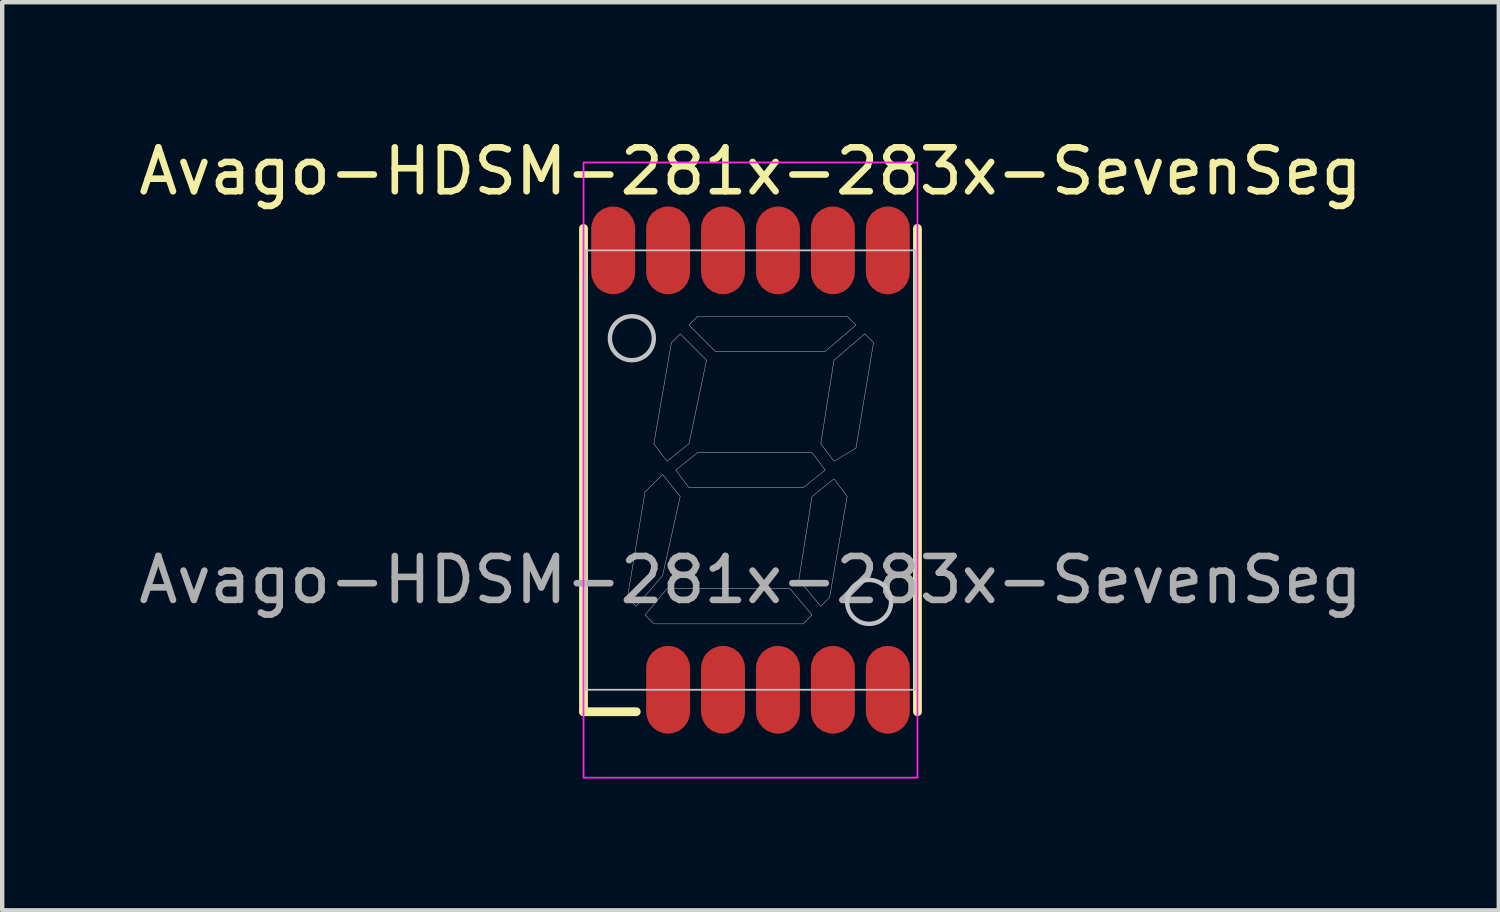
<source format=kicad_pcb>
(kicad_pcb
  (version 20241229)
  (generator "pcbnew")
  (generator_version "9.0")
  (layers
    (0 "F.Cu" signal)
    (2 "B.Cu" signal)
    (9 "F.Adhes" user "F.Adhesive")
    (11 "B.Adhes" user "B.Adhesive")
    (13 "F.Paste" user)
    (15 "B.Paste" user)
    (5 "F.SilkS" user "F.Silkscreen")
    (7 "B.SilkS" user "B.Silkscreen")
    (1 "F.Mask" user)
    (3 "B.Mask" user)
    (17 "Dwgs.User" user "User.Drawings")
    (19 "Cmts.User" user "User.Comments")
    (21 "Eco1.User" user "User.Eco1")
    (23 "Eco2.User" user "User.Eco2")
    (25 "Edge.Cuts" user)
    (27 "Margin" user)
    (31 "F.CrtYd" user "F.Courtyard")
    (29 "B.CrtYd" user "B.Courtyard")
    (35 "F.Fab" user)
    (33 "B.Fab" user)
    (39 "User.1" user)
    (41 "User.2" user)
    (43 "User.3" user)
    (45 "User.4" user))
  (footprint "Avago-HDSM-281x-283x-SevenSeg"
    (layer "F.Cu")
    (at 14.03 7.648)
    (property "Reference" "Avago-HDSM-281x-283x-SevenSeg" (at 0 -6.8 0) (unlocked yes) (layer "F.SilkS") (effects (font (size 1 1) (thickness 0.15))))
    (attr smd)
    (fp_line (start -3.8 -5.5) (end -3.8 5.5) (stroke (width 0.2) (type solid)) (layer "F.SilkS"))
    (fp_line (start -3.8 5.5) (end -2.6 5.5) (stroke (width 0.2) (type solid)) (layer "F.SilkS"))
    (fp_line (start 3.8 -5.5) (end 3.8 5.5) (stroke (width 0.2) (type solid)) (layer "F.SilkS"))
    (fp_rect (start -3.75 -5) (end 3.75 5) (stroke (width 0.04) (type solid)) (fill no) (layer "Dwgs.User"))
    (fp_circle (center -2.7 -3) (end -2.2 -3) (stroke (width 0.1) (type solid)) (fill no) (layer "Dwgs.User"))
    (fp_circle (center 2.7 3) (end 3.2 3) (stroke (width 0.1) (type solid)) (fill no) (layer "Dwgs.User"))
    (fp_poly (pts (xy -2 0.1) (xy -2.4 0.5) (xy -2.8 2.9) (xy -2.6 3.1) (xy -2 2.4) (xy -1.6 0.6)) (stroke (width 0.01) (type solid)) (fill no) (layer "Dwgs.User"))
    (fp_poly (pts (xy -1.9 -0.2) (xy -2.2 -0.6) (xy -1.8 -2.9) (xy -1.6 -3.1) (xy -1 -2.5) (xy -1.4 -0.6)) (stroke (width 0.01) (type solid)) (fill no) (layer "Dwgs.User"))
    (fp_poly (pts (xy -1.7 0) (xy -1.2 -0.4) (xy 1.4 -0.4) (xy 1.7 0) (xy 1.2 0.4) (xy -1.4 0.4)) (stroke (width 0.01) (type solid)) (fill no) (layer "Dwgs.User"))
    (fp_poly (pts (xy -1.4 -3.3) (xy -1.2 -3.5) (xy 2.2 -3.5) (xy 2.4 -3.3) (xy 1.7 -2.7) (xy -0.8 -2.7)) (stroke (width 0.01) (type solid)) (fill no) (layer "Dwgs.User"))
    (fp_poly (pts (xy 1.4 3.3) (xy 1.2 3.5) (xy -2.2 3.5) (xy -2.4 3.3) (xy -1.9 2.7) (xy 0.9 2.7)) (stroke (width 0.01) (type solid)) (fill no) (layer "Dwgs.User"))
    (fp_poly (pts (xy 1.9 -0.2) (xy 2.4 -0.5) (xy 2.8 -2.9) (xy 2.6 -3.1) (xy 1.9 -2.5) (xy 1.6 -0.6)) (stroke (width 0.01) (type solid)) (fill no) (layer "Dwgs.User"))
    (fp_poly (pts (xy 1.9 0.2) (xy 2.2 0.6) (xy 1.8 2.9) (xy 1.6 3.1) (xy 1.1 2.5) (xy 1.4 0.6)) (stroke (width 0.01) (type solid)) (fill no) (layer "Dwgs.User"))
    (fp_rect (start -3.8 -7) (end 3.8 7) (stroke (width 0.04) (type default)) (fill no) (layer "F.CrtYd"))
    (fp_text user "${REFERENCE}" (at 0 2.5 0) (unlocked yes) (layer "F.Fab") (effects (font (size 1 1) (thickness 0.15))))
    (pad "1" smd roundrect (at -3.125 -5.5 90) (size 2 1) (drill (offset -0.5 0)) (layers "F.Cu" "F.Mask" "F.Paste") (roundrect_rratio 0.5))
    (pad "2" smd roundrect (at -1.875 -5.5 90) (size 2 1) (drill (offset -0.5 0)) (layers "F.Cu" "F.Mask" "F.Paste") (roundrect_rratio 0.5))
    (pad "3" smd roundrect (at -0.625 -5.5 90) (size 2 1) (drill (offset -0.5 0)) (layers "F.Cu" "F.Mask" "F.Paste") (roundrect_rratio 0.5))
    (pad "4" smd roundrect (at 0.625 -5.5 90) (size 2 1) (drill (offset -0.5 0)) (layers "F.Cu" "F.Mask" "F.Paste") (roundrect_rratio 0.5))
    (pad "5" smd roundrect (at 1.875 -5.5 90) (size 2 1) (drill (offset -0.5 0)) (layers "F.Cu" "F.Mask" "F.Paste") (roundrect_rratio 0.5))
    (pad "6" smd roundrect (at 3.125 -5.5 90) (size 2 1) (drill (offset -0.5 0)) (layers "F.Cu" "F.Mask" "F.Paste") (roundrect_rratio 0.5))
    (pad "7" smd roundrect (at 3.125 4.5 90) (size 2 1) (drill (offset -0.5 0)) (layers "F.Cu" "F.Mask" "F.Paste") (roundrect_rratio 0.5))
    (pad "8" smd roundrect (at 1.875 4.5 90) (size 2 1) (drill (offset -0.5 0)) (layers "F.Cu" "F.Mask" "F.Paste") (roundrect_rratio 0.5))
    (pad "9" smd roundrect (at 0.625 4.5 90) (size 2 1) (drill (offset -0.5 0)) (layers "F.Cu" "F.Mask" "F.Paste") (roundrect_rratio 0.5))
    (pad "10" smd roundrect (at -0.625 4.5 90) (size 2 1) (drill (offset -0.5 0)) (layers "F.Cu" "F.Mask" "F.Paste") (roundrect_rratio 0.5))
    (pad "11" smd roundrect (at -1.875 4.5 90) (size 2 1) (drill (offset -0.5 0)) (layers "F.Cu" "F.Mask" "F.Paste") (roundrect_rratio 0.5)))
  (gr_rect
    (start -3 -3)
    (end 31.06 17.668)
    (stroke (width 0.1) (type default))
    (fill no)
    (layer "Edge.Cuts")))
</source>
